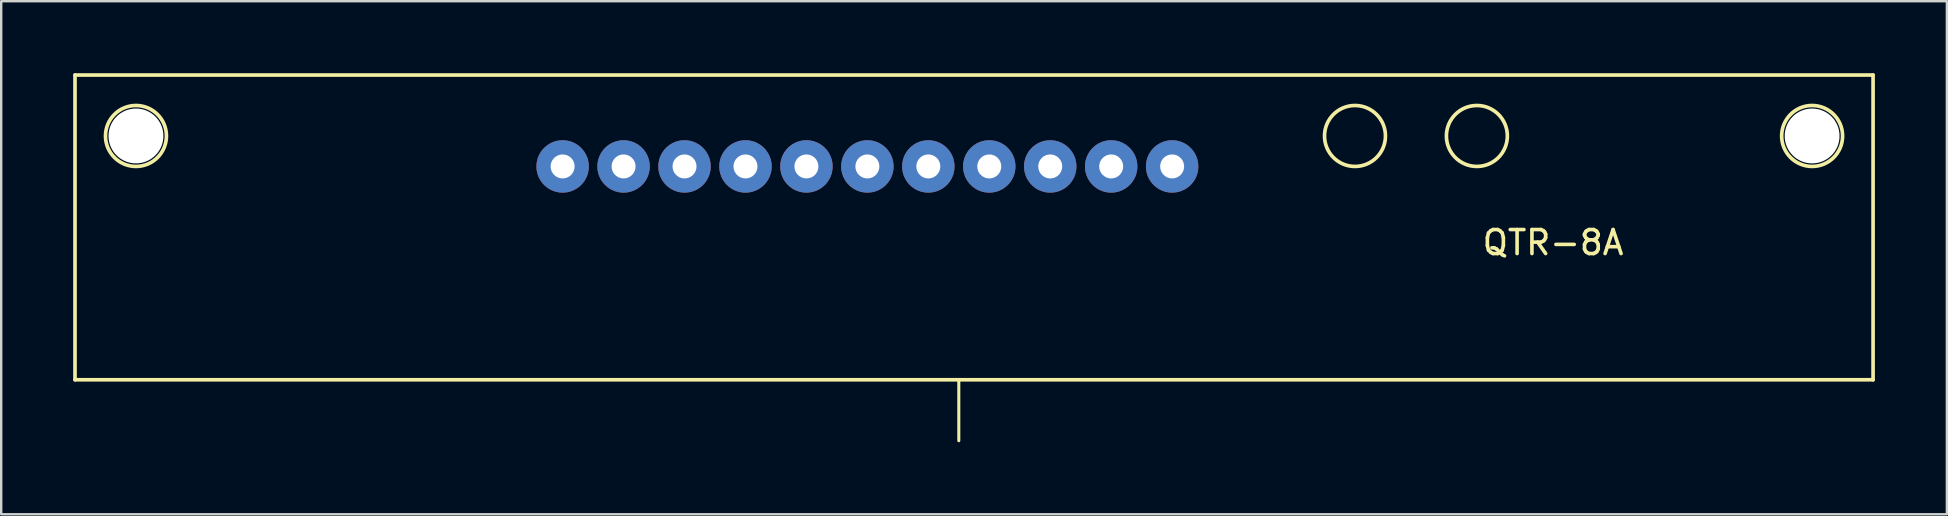
<source format=kicad_pcb>
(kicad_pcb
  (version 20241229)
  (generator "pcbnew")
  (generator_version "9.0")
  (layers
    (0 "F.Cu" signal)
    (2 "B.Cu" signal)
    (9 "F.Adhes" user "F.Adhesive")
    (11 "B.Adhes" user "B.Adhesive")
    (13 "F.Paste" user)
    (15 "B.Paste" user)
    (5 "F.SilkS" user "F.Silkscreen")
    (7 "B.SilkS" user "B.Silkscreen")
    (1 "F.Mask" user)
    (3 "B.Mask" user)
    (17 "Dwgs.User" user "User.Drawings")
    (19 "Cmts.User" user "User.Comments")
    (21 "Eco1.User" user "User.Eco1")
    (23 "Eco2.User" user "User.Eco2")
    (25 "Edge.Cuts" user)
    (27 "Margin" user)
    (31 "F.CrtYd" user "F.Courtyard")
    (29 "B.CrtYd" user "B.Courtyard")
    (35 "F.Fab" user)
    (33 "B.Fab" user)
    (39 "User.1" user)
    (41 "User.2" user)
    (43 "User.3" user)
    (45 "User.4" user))
  (footprint "QTR-8A"
    (layer "F.Cu")
    (at 53.416 2.616)
    (property "Reference" "QTR-8A" (at 8.255 4.445 0) (layer "F.SilkS") (effects (font (size 1 1) (thickness 0.15))))
    (attr through_hole)
    (fp_line (start -53.34 -2.54) (end -53.34 10.16) (stroke (width 0.152) (type solid)) (layer "F.SilkS"))
    (fp_line (start -53.34 -2.54) (end 21.59 -2.54) (stroke (width 0.152) (type solid)) (layer "F.SilkS"))
    (fp_line (start -53.34 10.16) (end -16.51 10.16) (stroke (width 0.152) (type solid)) (layer "F.SilkS"))
    (fp_line (start -16.51 10.16) (end -16.51 12.7) (stroke (width 0.127) (type solid)) (layer "F.SilkS"))
    (fp_line (start -16.51 10.16) (end 21.59 10.16) (stroke (width 0.152) (type solid)) (layer "F.SilkS"))
    (fp_line (start 21.59 -2.54) (end 21.59 10.16) (stroke (width 0.152) (type solid)) (layer "F.SilkS"))
    (fp_circle (center -50.8 0) (end -49.53 0) (stroke (width 0.152) (type solid)) (fill no) (layer "F.SilkS"))
    (fp_circle (center 0 0) (end 1.27 0) (stroke (width 0.152) (type solid)) (fill no) (layer "F.SilkS"))
    (fp_circle (center 5.08 0) (end 6.35 0) (stroke (width 0.152) (type solid)) (fill no) (layer "F.SilkS"))
    (fp_circle (center 19.05 0) (end 20.32 0) (stroke (width 0.152) (type solid)) (fill no) (layer "F.SilkS"))
    (pad "" np_thru_hole circle (at -50.8 0) (size 2.286 2.286) (drill 2.286) (layers "*.Cu" "*.Mask"))
    (pad "" np_thru_hole circle (at 19.05 0) (size 2.286 2.286) (drill 2.286) (layers "*.Cu" "*.Mask"))
    (pad "3V3" thru_hole circle (at -30.48 1.27) (size 2.184 2.184) (drill 1) (layers "*.Cu" "*.Mask"))
    (pad "GND" thru_hole circle (at -33.02 1.27) (size 2.184 2.184) (drill 1) (layers "*.Cu" "*.Mask"))
    (pad "LED1" thru_hole circle (at -25.4 1.27) (size 2.184 2.184) (drill 1) (layers "*.Cu" "*.Mask"))
    (pad "LED2" thru_hole circle (at -22.86 1.27) (size 2.184 2.184) (drill 1) (layers "*.Cu" "*.Mask"))
    (pad "LED3" thru_hole circle (at -20.32 1.27) (size 2.184 2.184) (drill 1) (layers "*.Cu" "*.Mask"))
    (pad "LED4" thru_hole circle (at -17.78 1.27) (size 2.184 2.184) (drill 1) (layers "*.Cu" "*.Mask"))
    (pad "LED5" thru_hole circle (at -15.24 1.27) (size 2.184 2.184) (drill 1) (layers "*.Cu" "*.Mask"))
    (pad "LED6" thru_hole circle (at -12.7 1.27) (size 2.184 2.184) (drill 1) (layers "*.Cu" "*.Mask"))
    (pad "LED7" thru_hole circle (at -10.16 1.27) (size 2.184 2.184) (drill 1) (layers "*.Cu" "*.Mask"))
    (pad "LED8" thru_hole circle (at -7.62 1.27) (size 2.184 2.184) (drill 1) (layers "*.Cu" "*.Mask"))
    (pad "LED_ON" thru_hole circle (at -27.94 1.27) (size 2.184 2.184) (drill 1) (layers "*.Cu" "*.Mask")))
  (gr_rect
    (start -3 -3)
    (end 78.082 18.38)
    (stroke (width 0.1) (type default))
    (fill no)
    (layer "Edge.Cuts")))
</source>
